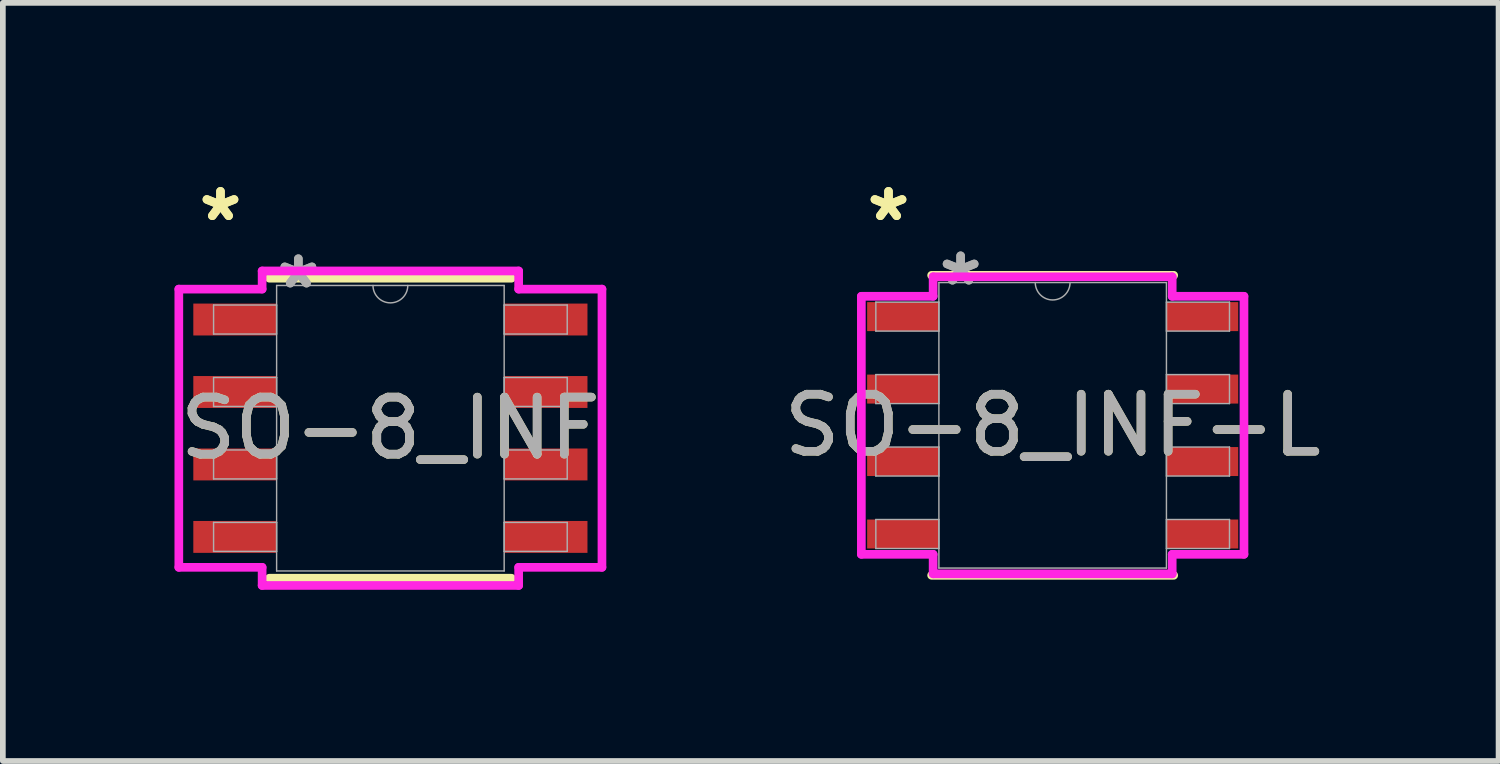
<source format=kicad_pcb>
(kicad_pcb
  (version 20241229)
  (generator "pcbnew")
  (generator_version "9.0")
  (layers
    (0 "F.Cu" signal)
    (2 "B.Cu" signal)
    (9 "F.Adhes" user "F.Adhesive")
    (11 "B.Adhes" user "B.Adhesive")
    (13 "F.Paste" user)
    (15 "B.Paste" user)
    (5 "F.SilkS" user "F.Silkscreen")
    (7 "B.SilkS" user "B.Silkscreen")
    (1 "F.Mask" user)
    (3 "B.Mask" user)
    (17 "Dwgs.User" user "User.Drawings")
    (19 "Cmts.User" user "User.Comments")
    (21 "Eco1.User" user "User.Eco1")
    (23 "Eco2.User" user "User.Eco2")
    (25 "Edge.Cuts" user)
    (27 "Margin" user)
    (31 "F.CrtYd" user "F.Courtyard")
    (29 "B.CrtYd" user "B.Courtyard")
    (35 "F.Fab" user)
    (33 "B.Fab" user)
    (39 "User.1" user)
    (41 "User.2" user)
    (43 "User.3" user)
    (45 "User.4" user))
  (footprint "SO-8_INF"
    (layer "F.Cu")
    (at 3.792 4.455)
    (property "Reference" "SO-8_INF" (at 0 0 0) (unlocked yes) (layer "F.SilkS") (effects (font (size 1 1) (thickness 0.15))))
    (attr smd)
    (fp_line (start -2.121 2.629) (end 2.121 2.629) (stroke (width 0.152) (type solid)) (layer "F.SilkS"))
    (fp_line (start 2.121 -2.629) (end -2.121 -2.629) (stroke (width 0.152) (type solid)) (layer "F.SilkS"))
    (fp_line (start -3.708 -2.438) (end -2.248 -2.438) (stroke (width 0.152) (type solid)) (layer "F.CrtYd"))
    (fp_line (start -3.708 2.438) (end -3.708 -2.438) (stroke (width 0.152) (type solid)) (layer "F.CrtYd"))
    (fp_line (start -3.708 2.438) (end -2.248 2.438) (stroke (width 0.152) (type solid)) (layer "F.CrtYd"))
    (fp_line (start -2.248 -2.756) (end 2.248 -2.756) (stroke (width 0.152) (type solid)) (layer "F.CrtYd"))
    (fp_line (start -2.248 -2.438) (end -2.248 -2.756) (stroke (width 0.152) (type solid)) (layer "F.CrtYd"))
    (fp_line (start -2.248 2.756) (end -2.248 2.438) (stroke (width 0.152) (type solid)) (layer "F.CrtYd"))
    (fp_line (start 2.248 -2.756) (end 2.248 -2.438) (stroke (width 0.152) (type solid)) (layer "F.CrtYd"))
    (fp_line (start 2.248 2.438) (end 2.248 2.756) (stroke (width 0.152) (type solid)) (layer "F.CrtYd"))
    (fp_line (start 2.248 2.756) (end -2.248 2.756) (stroke (width 0.152) (type solid)) (layer "F.CrtYd"))
    (fp_line (start 3.708 -2.438) (end 2.248 -2.438) (stroke (width 0.152) (type solid)) (layer "F.CrtYd"))
    (fp_line (start 3.708 -2.438) (end 3.708 2.438) (stroke (width 0.152) (type solid)) (layer "F.CrtYd"))
    (fp_line (start 3.708 2.438) (end 2.248 2.438) (stroke (width 0.152) (type solid)) (layer "F.CrtYd"))
    (fp_line (start -3.099 -2.159) (end -3.099 -1.651) (stroke (width 0.025) (type solid)) (layer "F.Fab"))
    (fp_line (start -3.099 -1.651) (end -1.994 -1.651) (stroke (width 0.025) (type solid)) (layer "F.Fab"))
    (fp_line (start -3.099 -0.889) (end -3.099 -0.381) (stroke (width 0.025) (type solid)) (layer "F.Fab"))
    (fp_line (start -3.099 -0.381) (end -1.994 -0.381) (stroke (width 0.025) (type solid)) (layer "F.Fab"))
    (fp_line (start -3.099 0.381) (end -3.099 0.889) (stroke (width 0.025) (type solid)) (layer "F.Fab"))
    (fp_line (start -3.099 0.889) (end -1.994 0.889) (stroke (width 0.025) (type solid)) (layer "F.Fab"))
    (fp_line (start -3.099 1.651) (end -3.099 2.159) (stroke (width 0.025) (type solid)) (layer "F.Fab"))
    (fp_line (start -3.099 2.159) (end -1.994 2.159) (stroke (width 0.025) (type solid)) (layer "F.Fab"))
    (fp_line (start -1.994 -2.502) (end -1.994 2.502) (stroke (width 0.025) (type solid)) (layer "F.Fab"))
    (fp_line (start -1.994 -2.159) (end -3.099 -2.159) (stroke (width 0.025) (type solid)) (layer "F.Fab"))
    (fp_line (start -1.994 -1.651) (end -1.994 -2.159) (stroke (width 0.025) (type solid)) (layer "F.Fab"))
    (fp_line (start -1.994 -0.889) (end -3.099 -0.889) (stroke (width 0.025) (type solid)) (layer "F.Fab"))
    (fp_line (start -1.994 -0.381) (end -1.994 -0.889) (stroke (width 0.025) (type solid)) (layer "F.Fab"))
    (fp_line (start -1.994 0.381) (end -3.099 0.381) (stroke (width 0.025) (type solid)) (layer "F.Fab"))
    (fp_line (start -1.994 0.889) (end -1.994 0.381) (stroke (width 0.025) (type solid)) (layer "F.Fab"))
    (fp_line (start -1.994 1.651) (end -3.099 1.651) (stroke (width 0.025) (type solid)) (layer "F.Fab"))
    (fp_line (start -1.994 2.159) (end -1.994 1.651) (stroke (width 0.025) (type solid)) (layer "F.Fab"))
    (fp_line (start -1.994 2.502) (end 1.994 2.502) (stroke (width 0.025) (type solid)) (layer "F.Fab"))
    (fp_line (start 1.994 -2.502) (end -1.994 -2.502) (stroke (width 0.025) (type solid)) (layer "F.Fab"))
    (fp_line (start 1.994 -2.159) (end 1.994 -1.651) (stroke (width 0.025) (type solid)) (layer "F.Fab"))
    (fp_line (start 1.994 -1.651) (end 3.099 -1.651) (stroke (width 0.025) (type solid)) (layer "F.Fab"))
    (fp_line (start 1.994 -0.889) (end 1.994 -0.381) (stroke (width 0.025) (type solid)) (layer "F.Fab"))
    (fp_line (start 1.994 -0.381) (end 3.099 -0.381) (stroke (width 0.025) (type solid)) (layer "F.Fab"))
    (fp_line (start 1.994 0.381) (end 1.994 0.889) (stroke (width 0.025) (type solid)) (layer "F.Fab"))
    (fp_line (start 1.994 0.889) (end 3.099 0.889) (stroke (width 0.025) (type solid)) (layer "F.Fab"))
    (fp_line (start 1.994 1.651) (end 1.994 2.159) (stroke (width 0.025) (type solid)) (layer "F.Fab"))
    (fp_line (start 1.994 2.159) (end 3.099 2.159) (stroke (width 0.025) (type solid)) (layer "F.Fab"))
    (fp_line (start 1.994 2.502) (end 1.994 -2.502) (stroke (width 0.025) (type solid)) (layer "F.Fab"))
    (fp_line (start 3.099 -2.159) (end 1.994 -2.159) (stroke (width 0.025) (type solid)) (layer "F.Fab"))
    (fp_line (start 3.099 -1.651) (end 3.099 -2.159) (stroke (width 0.025) (type solid)) (layer "F.Fab"))
    (fp_line (start 3.099 -0.889) (end 1.994 -0.889) (stroke (width 0.025) (type solid)) (layer "F.Fab"))
    (fp_line (start 3.099 -0.381) (end 3.099 -0.889) (stroke (width 0.025) (type solid)) (layer "F.Fab"))
    (fp_line (start 3.099 0.381) (end 1.994 0.381) (stroke (width 0.025) (type solid)) (layer "F.Fab"))
    (fp_line (start 3.099 0.889) (end 3.099 0.381) (stroke (width 0.025) (type solid)) (layer "F.Fab"))
    (fp_line (start 3.099 1.651) (end 1.994 1.651) (stroke (width 0.025) (type solid)) (layer "F.Fab"))
    (fp_line (start 3.099 2.159) (end 3.099 1.651) (stroke (width 0.025) (type solid)) (layer "F.Fab"))
    (fp_arc (start 0.3048 -2.5019) (mid 0 -2.1971) (end -0.3048 -2.5019) (stroke (width 0.0254) (type solid)) (layer "F.Fab"))
    (fp_text user "*" (at -2.978 -3.607 0) (layer "F.SilkS") (effects (font (size 1 1) (thickness 0.15))))
    (fp_text user "*" (at -2.978 -3.607 0) (unlocked yes) (layer "F.SilkS") (effects (font (size 1 1) (thickness 0.15))))
    (fp_text user "${REFERENCE}" (at 0 0 0) (unlocked yes) (layer "F.Fab") (effects (font (size 1 1) (thickness 0.15))))
    (fp_text user "*" (at -1.613 -2.426 0) (unlocked yes) (layer "F.Fab") (effects (font (size 1 1) (thickness 0.15))))
    (fp_text user "*" (at -1.613 -2.426 0) (layer "F.Fab") (effects (font (size 1 1) (thickness 0.15))))
    (pad "1" smd rect (at -2.724 -1.905) (size 1.46 0.559) (layers "F.Cu" "F.Mask" "F.Paste"))
    (pad "2" smd rect (at -2.724 -0.635) (size 1.46 0.559) (layers "F.Cu" "F.Mask" "F.Paste"))
    (pad "3" smd rect (at -2.724 0.635) (size 1.46 0.559) (layers "F.Cu" "F.Mask" "F.Paste"))
    (pad "4" smd rect (at -2.724 1.905) (size 1.46 0.559) (layers "F.Cu" "F.Mask" "F.Paste"))
    (pad "5" smd rect (at 2.724 1.905) (size 1.46 0.559) (layers "F.Cu" "F.Mask" "F.Paste"))
    (pad "6" smd rect (at 2.724 0.635) (size 1.46 0.559) (layers "F.Cu" "F.Mask" "F.Paste"))
    (pad "7" smd rect (at 2.724 -0.635) (size 1.46 0.559) (layers "F.Cu" "F.Mask" "F.Paste"))
    (pad "8" smd rect (at 2.724 -1.905) (size 1.46 0.559) (layers "F.Cu" "F.Mask" "F.Paste")))
  (footprint "SO-8_INF-L"
    (layer "F.Cu")
    (at 15.399 4.404)
    (property "Reference" "SO-8_INF-L" (at 0 0 0) (unlocked yes) (layer "F.SilkS") (effects (font (size 1 1) (thickness 0.15))))
    (attr smd)
    (fp_line (start -2.121 2.629) (end 2.121 2.629) (stroke (width 0.152) (type solid)) (layer "F.SilkS"))
    (fp_line (start 2.121 -2.629) (end -2.121 -2.629) (stroke (width 0.152) (type solid)) (layer "F.SilkS"))
    (fp_line (start -3.353 -2.261) (end -2.095 -2.261) (stroke (width 0.152) (type solid)) (layer "F.CrtYd"))
    (fp_line (start -3.353 2.261) (end -3.353 -2.261) (stroke (width 0.152) (type solid)) (layer "F.CrtYd"))
    (fp_line (start -3.353 2.261) (end -2.095 2.261) (stroke (width 0.152) (type solid)) (layer "F.CrtYd"))
    (fp_line (start -2.095 -2.603) (end 2.095 -2.603) (stroke (width 0.152) (type solid)) (layer "F.CrtYd"))
    (fp_line (start -2.095 -2.261) (end -2.095 -2.603) (stroke (width 0.152) (type solid)) (layer "F.CrtYd"))
    (fp_line (start -2.095 2.603) (end -2.095 2.261) (stroke (width 0.152) (type solid)) (layer "F.CrtYd"))
    (fp_line (start 2.095 -2.603) (end 2.095 -2.261) (stroke (width 0.152) (type solid)) (layer "F.CrtYd"))
    (fp_line (start 2.095 2.261) (end 2.095 2.603) (stroke (width 0.152) (type solid)) (layer "F.CrtYd"))
    (fp_line (start 2.095 2.603) (end -2.095 2.603) (stroke (width 0.152) (type solid)) (layer "F.CrtYd"))
    (fp_line (start 3.353 -2.261) (end 2.095 -2.261) (stroke (width 0.152) (type solid)) (layer "F.CrtYd"))
    (fp_line (start 3.353 -2.261) (end 3.353 2.261) (stroke (width 0.152) (type solid)) (layer "F.CrtYd"))
    (fp_line (start 3.353 2.261) (end 2.095 2.261) (stroke (width 0.152) (type solid)) (layer "F.CrtYd"))
    (fp_line (start -3.099 -2.159) (end -3.099 -1.651) (stroke (width 0.025) (type solid)) (layer "F.Fab"))
    (fp_line (start -3.099 -1.651) (end -1.994 -1.651) (stroke (width 0.025) (type solid)) (layer "F.Fab"))
    (fp_line (start -3.099 -0.889) (end -3.099 -0.381) (stroke (width 0.025) (type solid)) (layer "F.Fab"))
    (fp_line (start -3.099 -0.381) (end -1.994 -0.381) (stroke (width 0.025) (type solid)) (layer "F.Fab"))
    (fp_line (start -3.099 0.381) (end -3.099 0.889) (stroke (width 0.025) (type solid)) (layer "F.Fab"))
    (fp_line (start -3.099 0.889) (end -1.994 0.889) (stroke (width 0.025) (type solid)) (layer "F.Fab"))
    (fp_line (start -3.099 1.651) (end -3.099 2.159) (stroke (width 0.025) (type solid)) (layer "F.Fab"))
    (fp_line (start -3.099 2.159) (end -1.994 2.159) (stroke (width 0.025) (type solid)) (layer "F.Fab"))
    (fp_line (start -1.994 -2.502) (end -1.994 2.502) (stroke (width 0.025) (type solid)) (layer "F.Fab"))
    (fp_line (start -1.994 -2.159) (end -3.099 -2.159) (stroke (width 0.025) (type solid)) (layer "F.Fab"))
    (fp_line (start -1.994 -1.651) (end -1.994 -2.159) (stroke (width 0.025) (type solid)) (layer "F.Fab"))
    (fp_line (start -1.994 -0.889) (end -3.099 -0.889) (stroke (width 0.025) (type solid)) (layer "F.Fab"))
    (fp_line (start -1.994 -0.381) (end -1.994 -0.889) (stroke (width 0.025) (type solid)) (layer "F.Fab"))
    (fp_line (start -1.994 0.381) (end -3.099 0.381) (stroke (width 0.025) (type solid)) (layer "F.Fab"))
    (fp_line (start -1.994 0.889) (end -1.994 0.381) (stroke (width 0.025) (type solid)) (layer "F.Fab"))
    (fp_line (start -1.994 1.651) (end -3.099 1.651) (stroke (width 0.025) (type solid)) (layer "F.Fab"))
    (fp_line (start -1.994 2.159) (end -1.994 1.651) (stroke (width 0.025) (type solid)) (layer "F.Fab"))
    (fp_line (start -1.994 2.502) (end 1.994 2.502) (stroke (width 0.025) (type solid)) (layer "F.Fab"))
    (fp_line (start 1.994 -2.502) (end -1.994 -2.502) (stroke (width 0.025) (type solid)) (layer "F.Fab"))
    (fp_line (start 1.994 -2.159) (end 1.994 -1.651) (stroke (width 0.025) (type solid)) (layer "F.Fab"))
    (fp_line (start 1.994 -1.651) (end 3.099 -1.651) (stroke (width 0.025) (type solid)) (layer "F.Fab"))
    (fp_line (start 1.994 -0.889) (end 1.994 -0.381) (stroke (width 0.025) (type solid)) (layer "F.Fab"))
    (fp_line (start 1.994 -0.381) (end 3.099 -0.381) (stroke (width 0.025) (type solid)) (layer "F.Fab"))
    (fp_line (start 1.994 0.381) (end 1.994 0.889) (stroke (width 0.025) (type solid)) (layer "F.Fab"))
    (fp_line (start 1.994 0.889) (end 3.099 0.889) (stroke (width 0.025) (type solid)) (layer "F.Fab"))
    (fp_line (start 1.994 1.651) (end 1.994 2.159) (stroke (width 0.025) (type solid)) (layer "F.Fab"))
    (fp_line (start 1.994 2.159) (end 3.099 2.159) (stroke (width 0.025) (type solid)) (layer "F.Fab"))
    (fp_line (start 1.994 2.502) (end 1.994 -2.502) (stroke (width 0.025) (type solid)) (layer "F.Fab"))
    (fp_line (start 3.099 -2.159) (end 1.994 -2.159) (stroke (width 0.025) (type solid)) (layer "F.Fab"))
    (fp_line (start 3.099 -1.651) (end 3.099 -2.159) (stroke (width 0.025) (type solid)) (layer "F.Fab"))
    (fp_line (start 3.099 -0.889) (end 1.994 -0.889) (stroke (width 0.025) (type solid)) (layer "F.Fab"))
    (fp_line (start 3.099 -0.381) (end 3.099 -0.889) (stroke (width 0.025) (type solid)) (layer "F.Fab"))
    (fp_line (start 3.099 0.381) (end 1.994 0.381) (stroke (width 0.025) (type solid)) (layer "F.Fab"))
    (fp_line (start 3.099 0.889) (end 3.099 0.381) (stroke (width 0.025) (type solid)) (layer "F.Fab"))
    (fp_line (start 3.099 1.651) (end 1.994 1.651) (stroke (width 0.025) (type solid)) (layer "F.Fab"))
    (fp_line (start 3.099 2.159) (end 3.099 1.651) (stroke (width 0.025) (type solid)) (layer "F.Fab"))
    (fp_arc (start 0.3048 -2.5019) (mid 0 -2.1971) (end -0.3048 -2.5019) (stroke (width 0.0254) (type solid)) (layer "F.Fab"))
    (fp_text user "*" (at -2.877 -3.556 0) (layer "F.SilkS") (effects (font (size 1 1) (thickness 0.15))))
    (fp_text user "*" (at -2.877 -3.556 0) (unlocked yes) (layer "F.SilkS") (effects (font (size 1 1) (thickness 0.15))))
    (fp_text user "*" (at -1.613 -2.426 0) (layer "F.Fab") (effects (font (size 1 1) (thickness 0.15))))
    (fp_text user "*" (at -1.613 -2.426 0) (unlocked yes) (layer "F.Fab") (effects (font (size 1 1) (thickness 0.15))))
    (fp_text user "${REFERENCE}" (at 0 0 0) (unlocked yes) (layer "F.Fab") (effects (font (size 1 1) (thickness 0.15))))
    (pad "1" smd rect (at -2.623 -1.905) (size 1.257 0.508) (layers "F.Cu" "F.Mask" "F.Paste"))
    (pad "2" smd rect (at -2.623 -0.635) (size 1.257 0.508) (layers "F.Cu" "F.Mask" "F.Paste"))
    (pad "3" smd rect (at -2.623 0.635) (size 1.257 0.508) (layers "F.Cu" "F.Mask" "F.Paste"))
    (pad "4" smd rect (at -2.623 1.905) (size 1.257 0.508) (layers "F.Cu" "F.Mask" "F.Paste"))
    (pad "5" smd rect (at 2.623 1.905) (size 1.257 0.508) (layers "F.Cu" "F.Mask" "F.Paste"))
    (pad "6" smd rect (at 2.623 0.635) (size 1.257 0.508) (layers "F.Cu" "F.Mask" "F.Paste"))
    (pad "7" smd rect (at 2.623 -0.635) (size 1.257 0.508) (layers "F.Cu" "F.Mask" "F.Paste"))
    (pad "8" smd rect (at 2.623 -1.905) (size 1.257 0.508) (layers "F.Cu" "F.Mask" "F.Paste")))
  (gr_rect
    (start -3 -3)
    (end 23.214 10.287)
    (stroke (width 0.1) (type default))
    (fill no)
    (layer "Edge.Cuts")))
</source>
